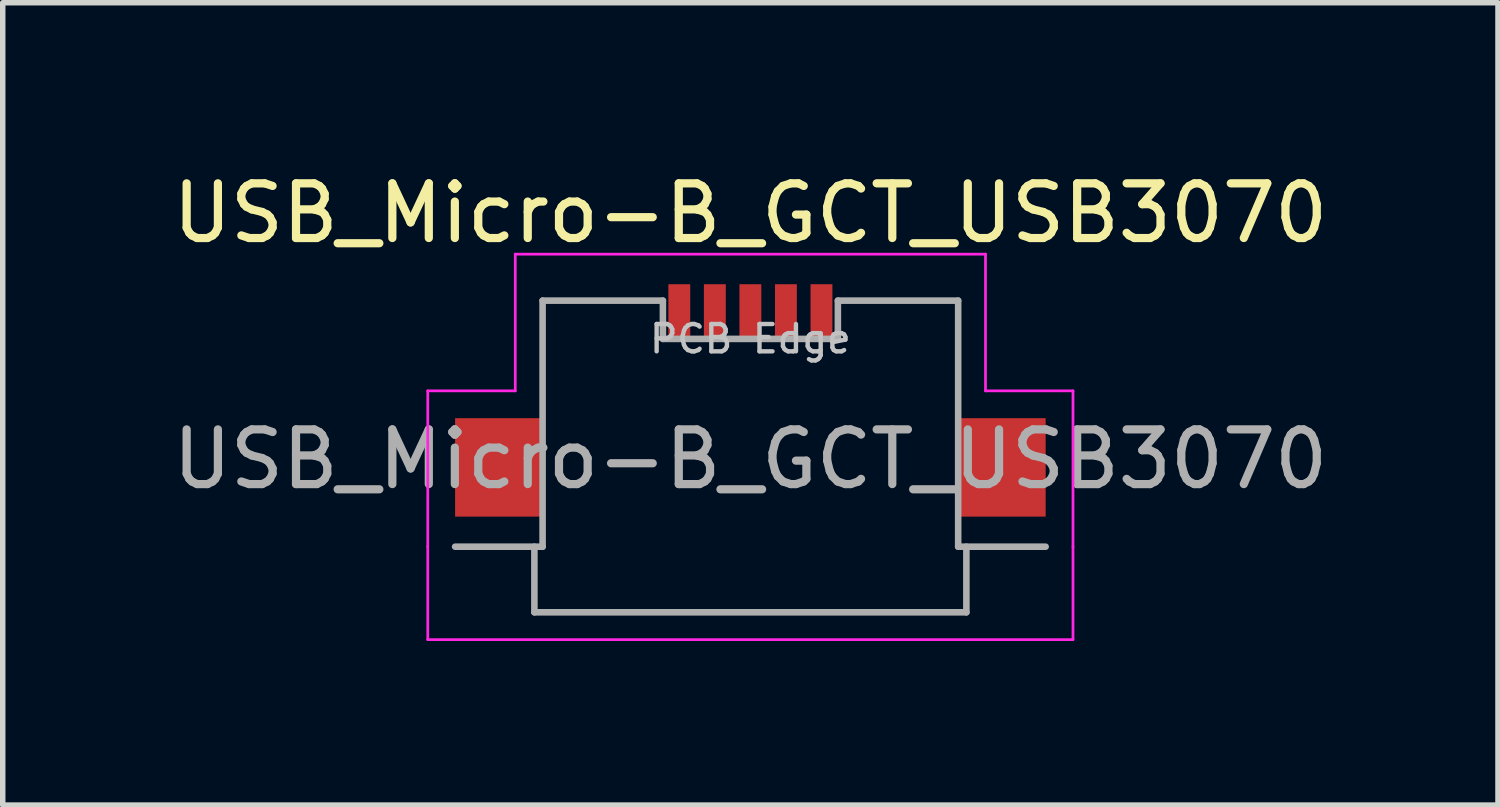
<source format=kicad_pcb>
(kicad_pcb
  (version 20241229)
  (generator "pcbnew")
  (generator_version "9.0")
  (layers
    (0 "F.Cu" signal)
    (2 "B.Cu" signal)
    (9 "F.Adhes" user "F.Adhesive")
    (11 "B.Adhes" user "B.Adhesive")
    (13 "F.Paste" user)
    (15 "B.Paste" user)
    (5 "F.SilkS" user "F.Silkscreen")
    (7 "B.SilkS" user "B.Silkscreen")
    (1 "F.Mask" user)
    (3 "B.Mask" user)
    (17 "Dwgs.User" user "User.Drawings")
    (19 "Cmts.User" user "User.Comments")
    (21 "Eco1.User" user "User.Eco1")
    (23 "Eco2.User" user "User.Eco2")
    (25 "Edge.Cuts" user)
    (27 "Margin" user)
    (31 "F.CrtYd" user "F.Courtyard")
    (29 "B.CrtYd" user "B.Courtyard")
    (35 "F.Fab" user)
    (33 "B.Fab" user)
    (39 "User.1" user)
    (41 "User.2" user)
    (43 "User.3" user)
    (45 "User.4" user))
  (footprint "USB_Micro-B_GCT_USB3070"
    (layer "F.Cu")
    (at 10.673 5.148)
    (property "Reference" "USB_Micro-B_GCT_USB3070" (at 0 -4.3 0) (layer "F.SilkS") (effects (font (size 1 1) (thickness 0.15))))
    (attr smd)
    (fp_line (start -5.9 -1.05) (end -4.3 -1.05) (stroke (width 0.05) (type solid)) (layer "F.CrtYd"))
    (fp_line (start -5.9 1.8) (end -5.9 -1.05) (stroke (width 0.05) (type solid)) (layer "F.CrtYd"))
    (fp_line (start -5.9 3.5) (end -5.9 1.8) (stroke (width 0.05) (type solid)) (layer "F.CrtYd"))
    (fp_line (start -4.3 -3.55) (end 4.3 -3.55) (stroke (width 0.05) (type solid)) (layer "F.CrtYd"))
    (fp_line (start -4.3 -1.05) (end -4.3 -3.55) (stroke (width 0.05) (type solid)) (layer "F.CrtYd"))
    (fp_line (start 4.3 -3.55) (end 4.3 -1.05) (stroke (width 0.05) (type solid)) (layer "F.CrtYd"))
    (fp_line (start 4.3 -1.05) (end 5.9 -1.05) (stroke (width 0.05) (type solid)) (layer "F.CrtYd"))
    (fp_line (start 5.9 -1.05) (end 5.9 1.8) (stroke (width 0.05) (type solid)) (layer "F.CrtYd"))
    (fp_line (start 5.9 1.8) (end 5.9 3.5) (stroke (width 0.05) (type solid)) (layer "F.CrtYd"))
    (fp_line (start 5.9 3.5) (end -5.9 3.5) (stroke (width 0.05) (type solid)) (layer "F.CrtYd"))
    (fp_line (start -5.4 1.8) (end -3.8 1.8) (stroke (width 0.12) (type solid)) (layer "F.Fab"))
    (fp_line (start -3.95 3) (end -3.95 1.8) (stroke (width 0.12) (type solid)) (layer "F.Fab"))
    (fp_line (start -3.95 3) (end 3.95 3) (stroke (width 0.12) (type solid)) (layer "F.Fab"))
    (fp_line (start -3.8 -2.7) (end -1.6 -2.7) (stroke (width 0.12) (type solid)) (layer "F.Fab"))
    (fp_line (start -3.8 1.8) (end -3.8 -2.7) (stroke (width 0.12) (type solid)) (layer "F.Fab"))
    (fp_line (start -1.6 -2) (end -1.6 -2.7) (stroke (width 0.12) (type solid)) (layer "F.Fab"))
    (fp_line (start 1.6 -2.7) (end 1.6 -2) (stroke (width 0.12) (type solid)) (layer "F.Fab"))
    (fp_line (start 1.6 -2.7) (end 3.8 -2.7) (stroke (width 0.12) (type solid)) (layer "F.Fab"))
    (fp_line (start 1.6 -2) (end -1.6 -2) (stroke (width 0.12) (type solid)) (layer "F.Fab"))
    (fp_line (start 3.8 -2.7) (end 3.8 1.8) (stroke (width 0.12) (type solid)) (layer "F.Fab"))
    (fp_line (start 3.8 1.8) (end 5.4 1.8) (stroke (width 0.12) (type solid)) (layer "F.Fab"))
    (fp_line (start 3.95 3) (end 3.95 1.8) (stroke (width 0.12) (type solid)) (layer "F.Fab"))
    (fp_text user "PCB Edge" (at 0 -2 0) (layer "Dwgs.User") (effects (font (size 0.5 0.5) (thickness 0.08))))
    (fp_text user "${REFERENCE}" (at 0 0.2 0) (layer "F.Fab") (effects (font (size 1 1) (thickness 0.15))))
    (pad "1" smd rect (at -1.3 -2.5) (size 0.4 1) (layers "F.Cu" "F.Mask" "F.Paste"))
    (pad "2" smd rect (at -0.65 -2.5) (size 0.4 1) (layers "F.Cu" "F.Mask" "F.Paste"))
    (pad "3" smd rect (at 0 -2.5) (size 0.4 1) (layers "F.Cu" "F.Mask" "F.Paste"))
    (pad "4" smd rect (at 0.65 -2.5) (size 0.4 1) (layers "F.Cu" "F.Mask" "F.Paste"))
    (pad "5" smd rect (at 1.3 -2.5) (size 0.4 1) (layers "F.Cu" "F.Mask" "F.Paste"))
    (pad "6" smd rect (at -4.6 0.35) (size 1.6 1.8) (layers "F.Cu" "F.Mask" "F.Paste"))
    (pad "6" smd rect (at 4.6 0.35) (size 1.6 1.8) (layers "F.Cu" "F.Mask" "F.Paste")))
  (gr_rect
    (start -3 -3)
    (end 24.345 11.673)
    (stroke (width 0.1) (type default))
    (fill no)
    (layer "Edge.Cuts")))
</source>
